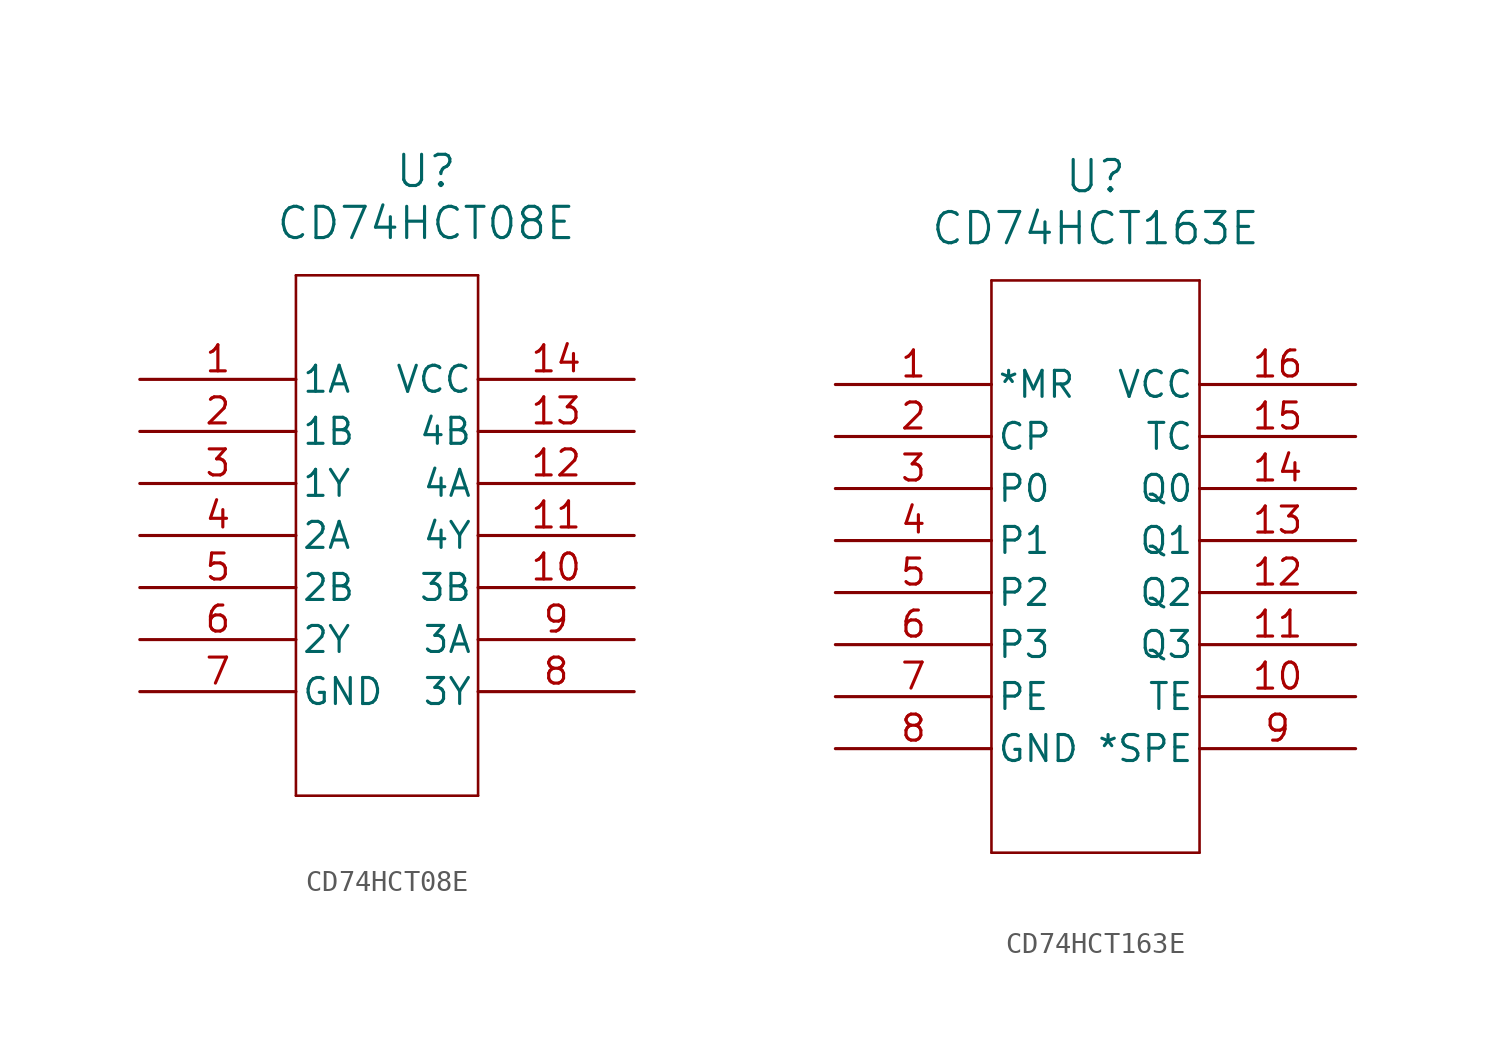
<source format=kicad_sym>
(kicad_symbol_lib
  (version 20231120)
  (generator "kicad_symbol_editor")
  (generator_version "8.0")
  (symbol "CD74HCT08E"
    (pin_names
      (offset 0.254))
    (property "Reference" "U"
      (at 27.94 10.16 0)
      (effects (font (size 1.524 1.524))))
    (property "Value" "CD74HCT08E"
      (at 27.94 7.62 0)
      (effects (font (size 1.524 1.524))))
    (property "ki_locked" ""
      (at 0 0 0)
      (effects (font (size 1.27 1.27))))
    (symbol "CD74HCT08E_0_1"
      (polyline (pts (xy 21.59 -20.32) (xy 30.48 -20.32)) (stroke (width 0.127) (type default)) (fill (type none)))
      (polyline (pts (xy 21.59 5.08) (xy 21.59 -20.32)) (stroke (width 0.127) (type default)) (fill (type none)))
      (polyline (pts (xy 30.48 -20.32) (xy 30.48 5.08)) (stroke (width 0.127) (type default)) (fill (type none)))
      (polyline (pts (xy 30.48 5.08) (xy 21.59 5.08)) (stroke (width 0.127) (type default)) (fill (type none)))
      (pin input line (at 13.97 0 0) (length 7.62) (name "1A" (effects (font (size 1.27 1.27)))) (number "1" (effects (font (size 1.27 1.27)))))
      (pin input line (at 38.1 -10.16 180) (length 7.62) (name "3B" (effects (font (size 1.27 1.27)))) (number "10" (effects (font (size 1.27 1.27)))))
      (pin output line (at 38.1 -7.62 180) (length 7.62) (name "4Y" (effects (font (size 1.27 1.27)))) (number "11" (effects (font (size 1.27 1.27)))))
      (pin input line (at 38.1 -5.08 180) (length 7.62) (name "4A" (effects (font (size 1.27 1.27)))) (number "12" (effects (font (size 1.27 1.27)))))
      (pin input line (at 38.1 -2.54 180) (length 7.62) (name "4B" (effects (font (size 1.27 1.27)))) (number "13" (effects (font (size 1.27 1.27)))))
      (pin power_in line (at 38.1 0 180) (length 7.62) (name "VCC" (effects (font (size 1.27 1.27)))) (number "14" (effects (font (size 1.27 1.27)))))
      (pin input line (at 13.97 -2.54 0) (length 7.62) (name "1B" (effects (font (size 1.27 1.27)))) (number "2" (effects (font (size 1.27 1.27)))))
      (pin output line (at 13.97 -5.08 0) (length 7.62) (name "1Y" (effects (font (size 1.27 1.27)))) (number "3" (effects (font (size 1.27 1.27)))))
      (pin input line (at 13.97 -7.62 0) (length 7.62) (name "2A" (effects (font (size 1.27 1.27)))) (number "4" (effects (font (size 1.27 1.27)))))
      (pin input line (at 13.97 -10.16 0) (length 7.62) (name "2B" (effects (font (size 1.27 1.27)))) (number "5" (effects (font (size 1.27 1.27)))))
      (pin output line (at 13.97 -12.7 0) (length 7.62) (name "2Y" (effects (font (size 1.27 1.27)))) (number "6" (effects (font (size 1.27 1.27)))))
      (pin power_in line (at 13.97 -15.24 0) (length 7.62) (name "GND" (effects (font (size 1.27 1.27)))) (number "7" (effects (font (size 1.27 1.27)))))
      (pin output line (at 38.1 -15.24 180) (length 7.62) (name "3Y" (effects (font (size 1.27 1.27)))) (number "8" (effects (font (size 1.27 1.27)))))
      (pin input line (at 38.1 -12.7 180) (length 7.62) (name "3A" (effects (font (size 1.27 1.27)))) (number "9" (effects (font (size 1.27 1.27)))))))
  (symbol "CD74HCT163E"
    (pin_names
      (offset 0.254))
    (property "Reference" "U"
      (at 27.94 10.16 0)
      (effects (font (size 1.524 1.524))))
    (property "Value" "CD74HCT163E"
      (at 27.94 7.62 0)
      (effects (font (size 1.524 1.524))))
    (property "ki_locked" ""
      (at 0 0 0)
      (effects (font (size 1.27 1.27))))
    (symbol "CD74HCT163E_0_1"
      (polyline (pts (xy 22.86 -22.86) (xy 33.02 -22.86)) (stroke (width 0.127) (type default)) (fill (type none)))
      (polyline (pts (xy 22.86 5.08) (xy 22.86 -22.86)) (stroke (width 0.127) (type default)) (fill (type none)))
      (polyline (pts (xy 33.02 -22.86) (xy 33.02 5.08)) (stroke (width 0.127) (type default)) (fill (type none)))
      (polyline (pts (xy 33.02 5.08) (xy 22.86 5.08)) (stroke (width 0.127) (type default)) (fill (type none)))
      (pin input line (at 15.24 0 0) (length 7.62) (name "*MR" (effects (font (size 1.27 1.27)))) (number "1" (effects (font (size 1.27 1.27)))))
      (pin input line (at 40.64 -15.24 180) (length 7.62) (name "TE" (effects (font (size 1.27 1.27)))) (number "10" (effects (font (size 1.27 1.27)))))
      (pin output line (at 40.64 -12.7 180) (length 7.62) (name "Q3" (effects (font (size 1.27 1.27)))) (number "11" (effects (font (size 1.27 1.27)))))
      (pin output line (at 40.64 -10.16 180) (length 7.62) (name "Q2" (effects (font (size 1.27 1.27)))) (number "12" (effects (font (size 1.27 1.27)))))
      (pin output line (at 40.64 -7.62 180) (length 7.62) (name "Q1" (effects (font (size 1.27 1.27)))) (number "13" (effects (font (size 1.27 1.27)))))
      (pin output line (at 40.64 -5.08 180) (length 7.62) (name "Q0" (effects (font (size 1.27 1.27)))) (number "14" (effects (font (size 1.27 1.27)))))
      (pin input line (at 40.64 -2.54 180) (length 7.62) (name "TC" (effects (font (size 1.27 1.27)))) (number "15" (effects (font (size 1.27 1.27)))))
      (pin power_in line (at 40.64 0 180) (length 7.62) (name "VCC" (effects (font (size 1.27 1.27)))) (number "16" (effects (font (size 1.27 1.27)))))
      (pin input line (at 15.24 -2.54 0) (length 7.62) (name "CP" (effects (font (size 1.27 1.27)))) (number "2" (effects (font (size 1.27 1.27)))))
      (pin input line (at 15.24 -5.08 0) (length 7.62) (name "P0" (effects (font (size 1.27 1.27)))) (number "3" (effects (font (size 1.27 1.27)))))
      (pin input line (at 15.24 -7.62 0) (length 7.62) (name "P1" (effects (font (size 1.27 1.27)))) (number "4" (effects (font (size 1.27 1.27)))))
      (pin input line (at 15.24 -10.16 0) (length 7.62) (name "P2" (effects (font (size 1.27 1.27)))) (number "5" (effects (font (size 1.27 1.27)))))
      (pin input line (at 15.24 -12.7 0) (length 7.62) (name "P3" (effects (font (size 1.27 1.27)))) (number "6" (effects (font (size 1.27 1.27)))))
      (pin input line (at 15.24 -15.24 0) (length 7.62) (name "PE" (effects (font (size 1.27 1.27)))) (number "7" (effects (font (size 1.27 1.27)))))
      (pin power_in line (at 15.24 -17.78 0) (length 7.62) (name "GND" (effects (font (size 1.27 1.27)))) (number "8" (effects (font (size 1.27 1.27)))))
      (pin input line (at 40.64 -17.78 180) (length 7.62) (name "*SPE" (effects (font (size 1.27 1.27)))) (number "9" (effects (font (size 1.27 1.27))))))))
</source>
